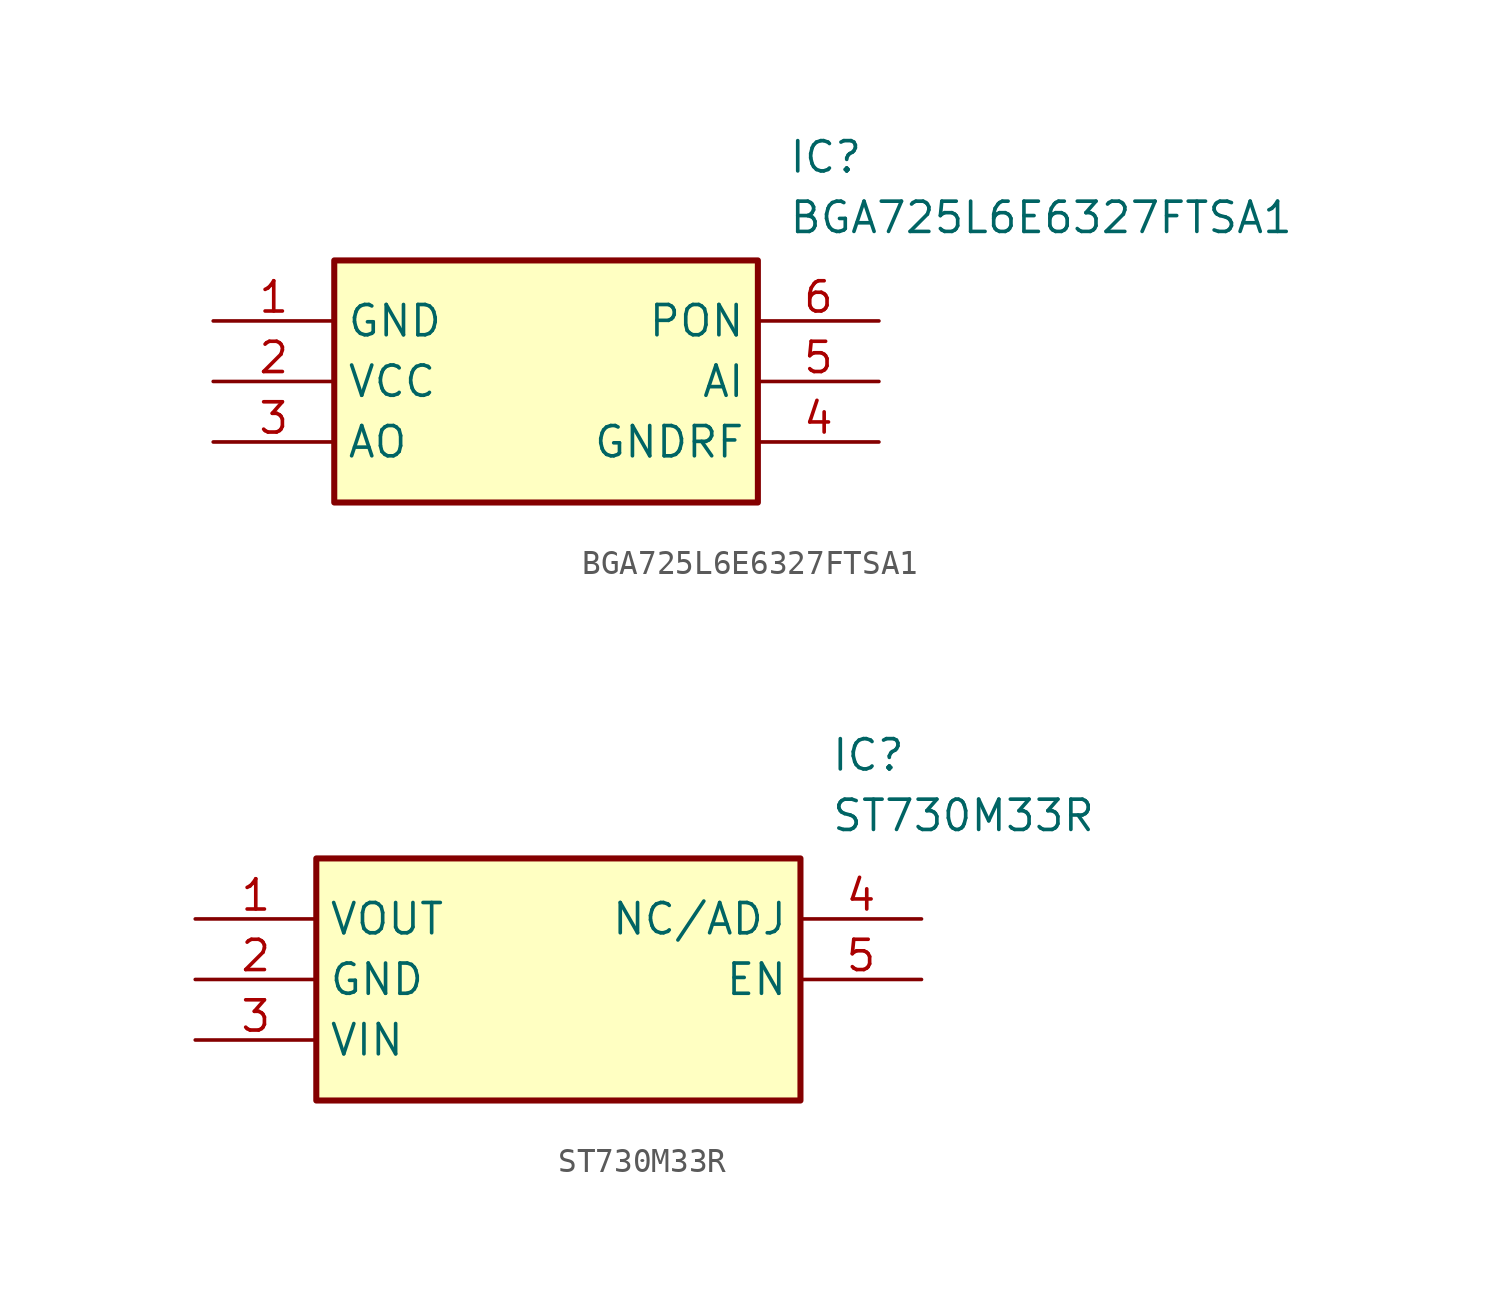
<source format=kicad_sym>
(kicad_symbol_lib
  (version 20231120)
  (generator "kicad_symbol_editor")
  (generator_version "8.0")
  (symbol "BGA725L6E6327FTSA1"
    (property "Reference" "IC"
      (at 24.13 7.62 0)
      (effects (font (size 1.27 1.27)) (justify left top)))
    (property "Value" "BGA725L6E6327FTSA1"
      (at 24.13 5.08 0)
      (effects (font (size 1.27 1.27)) (justify left top)))
    (symbol "BGA725L6E6327FTSA1_1_1"
      (rectangle (start 5.08 2.54) (end 22.86 -7.62) (stroke (width 0.254) (type default)) (fill (type background)))
      (pin passive line (at 0 0 0) (length 5.08) (name "GND" (effects (font (size 1.27 1.27)))) (number "1" (effects (font (size 1.27 1.27)))))
      (pin passive line (at 0 -2.54 0) (length 5.08) (name "VCC" (effects (font (size 1.27 1.27)))) (number "2" (effects (font (size 1.27 1.27)))))
      (pin passive line (at 0 -5.08 0) (length 5.08) (name "AO" (effects (font (size 1.27 1.27)))) (number "3" (effects (font (size 1.27 1.27)))))
      (pin passive line (at 27.94 -5.08 180) (length 5.08) (name "GNDRF" (effects (font (size 1.27 1.27)))) (number "4" (effects (font (size 1.27 1.27)))))
      (pin passive line (at 27.94 -2.54 180) (length 5.08) (name "AI" (effects (font (size 1.27 1.27)))) (number "5" (effects (font (size 1.27 1.27)))))
      (pin passive line (at 27.94 0 180) (length 5.08) (name "PON" (effects (font (size 1.27 1.27)))) (number "6" (effects (font (size 1.27 1.27)))))))
  (symbol "ST730M33R"
    (property "Reference" "IC"
      (at 26.67 7.62 0)
      (effects (font (size 1.27 1.27)) (justify left top)))
    (property "Value" "ST730M33R"
      (at 26.67 5.08 0)
      (effects (font (size 1.27 1.27)) (justify left top)))
    (symbol "ST730M33R_1_1"
      (rectangle (start 5.08 2.54) (end 25.4 -7.62) (stroke (width 0.254) (type default)) (fill (type background)))
      (pin passive line (at 0 0 0) (length 5.08) (name "VOUT" (effects (font (size 1.27 1.27)))) (number "1" (effects (font (size 1.27 1.27)))))
      (pin passive line (at 0 -2.54 0) (length 5.08) (name "GND" (effects (font (size 1.27 1.27)))) (number "2" (effects (font (size 1.27 1.27)))))
      (pin passive line (at 0 -5.08 0) (length 5.08) (name "VIN" (effects (font (size 1.27 1.27)))) (number "3" (effects (font (size 1.27 1.27)))))
      (pin passive line (at 30.48 0 180) (length 5.08) (name "NC/ADJ" (effects (font (size 1.27 1.27)))) (number "4" (effects (font (size 1.27 1.27)))))
      (pin passive line (at 30.48 -2.54 180) (length 5.08) (name "EN" (effects (font (size 1.27 1.27)))) (number "5" (effects (font (size 1.27 1.27))))))))
</source>
